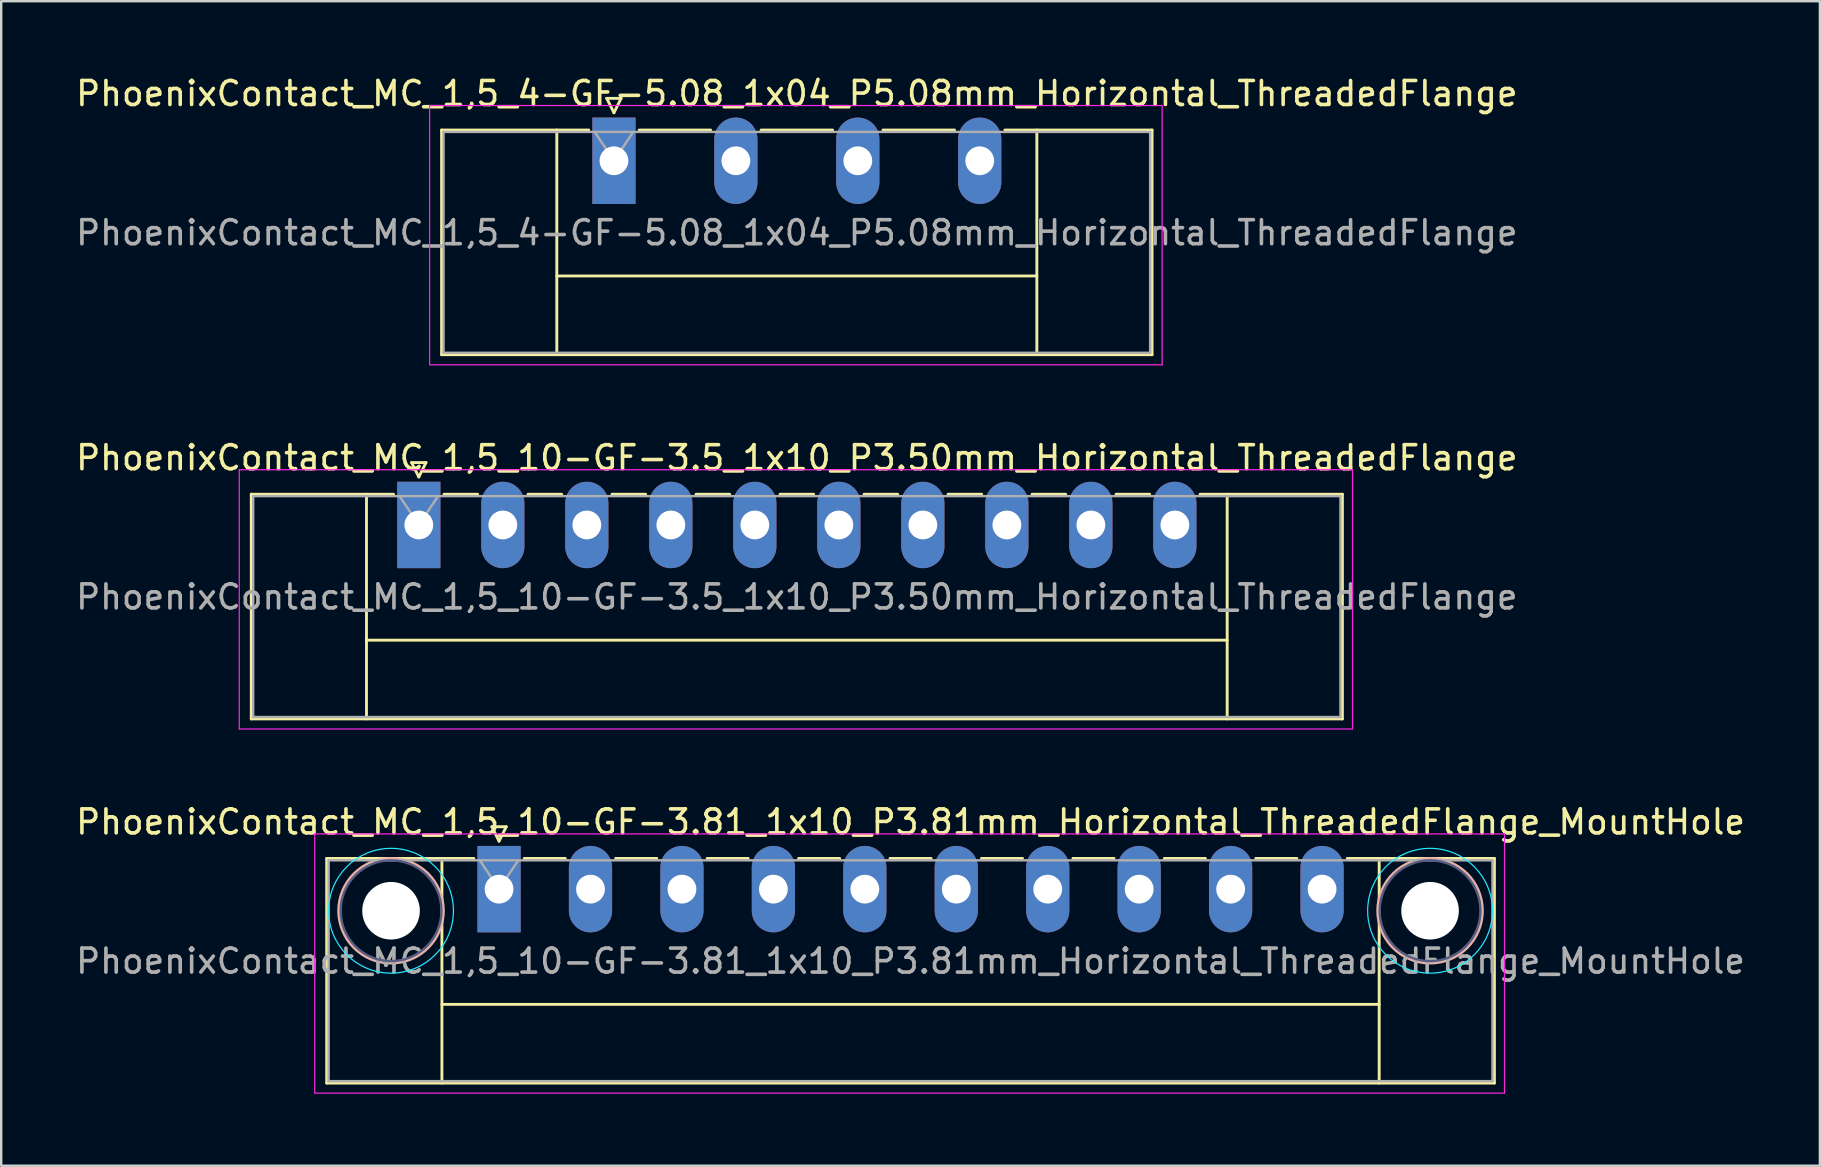
<source format=kicad_pcb>
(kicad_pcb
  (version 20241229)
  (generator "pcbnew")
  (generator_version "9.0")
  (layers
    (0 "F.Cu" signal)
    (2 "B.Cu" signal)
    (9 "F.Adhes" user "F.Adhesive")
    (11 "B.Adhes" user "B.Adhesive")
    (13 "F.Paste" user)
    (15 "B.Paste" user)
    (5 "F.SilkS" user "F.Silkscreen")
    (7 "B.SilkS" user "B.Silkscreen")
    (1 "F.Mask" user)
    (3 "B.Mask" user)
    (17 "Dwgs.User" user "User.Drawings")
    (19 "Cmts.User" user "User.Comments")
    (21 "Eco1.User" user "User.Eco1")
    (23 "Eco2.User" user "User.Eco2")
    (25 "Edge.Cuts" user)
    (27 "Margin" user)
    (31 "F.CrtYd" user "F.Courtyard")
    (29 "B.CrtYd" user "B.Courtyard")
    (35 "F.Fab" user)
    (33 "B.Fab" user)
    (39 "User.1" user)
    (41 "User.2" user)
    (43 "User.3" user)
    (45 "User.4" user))
  (footprint "PhoenixContact_MC_1,5_4-GF-5.08_1x04_P5.08mm_Horizontal_ThreadedFlange"
    (layer "F.Cu")
    (at 22.529 3.648)
    (property "Reference" "PhoenixContact_MC_1,5_4-GF-5.08_1x04_P5.08mm_Horizontal_ThreadedFlange" (at 7.62 -2.8 0) (layer "F.SilkS") (effects (font (size 1 1) (thickness 0.15))))
    (attr through_hole)
    (fp_line (start -7.18 -1.28) (end -7.18 8.08) (stroke (width 0.12) (type solid)) (layer "F.SilkS"))
    (fp_line (start -7.18 -1.28) (end -1.05 -1.28) (stroke (width 0.12) (type solid)) (layer "F.SilkS"))
    (fp_line (start -7.18 8.08) (end 22.42 8.08) (stroke (width 0.12) (type solid)) (layer "F.SilkS"))
    (fp_line (start -2.38 -1.28) (end -2.38 8.08) (stroke (width 0.12) (type solid)) (layer "F.SilkS"))
    (fp_line (start -2.38 4.8) (end 17.62 4.8) (stroke (width 0.12) (type solid)) (layer "F.SilkS"))
    (fp_line (start -0.3 -2.6) (end 0.3 -2.6) (stroke (width 0.12) (type solid)) (layer "F.SilkS"))
    (fp_line (start 0 -2) (end -0.3 -2.6) (stroke (width 0.12) (type solid)) (layer "F.SilkS"))
    (fp_line (start 0.3 -2.6) (end 0 -2) (stroke (width 0.12) (type solid)) (layer "F.SilkS"))
    (fp_line (start 1.05 -1.28) (end 4.03 -1.28) (stroke (width 0.12) (type solid)) (layer "F.SilkS"))
    (fp_line (start 6.13 -1.28) (end 9.11 -1.28) (stroke (width 0.12) (type solid)) (layer "F.SilkS"))
    (fp_line (start 11.21 -1.28) (end 14.19 -1.28) (stroke (width 0.12) (type solid)) (layer "F.SilkS"))
    (fp_line (start 17.62 -1.28) (end 17.62 8.08) (stroke (width 0.12) (type solid)) (layer "F.SilkS"))
    (fp_line (start 22.42 -1.28) (end 16.29 -1.28) (stroke (width 0.12) (type solid)) (layer "F.SilkS"))
    (fp_line (start 22.42 8.08) (end 22.42 -1.28) (stroke (width 0.12) (type solid)) (layer "F.SilkS"))
    (fp_line (start -7.68 -2.3) (end -7.68 8.5) (stroke (width 0.05) (type solid)) (layer "F.CrtYd"))
    (fp_line (start -7.68 8.5) (end 22.84 8.5) (stroke (width 0.05) (type solid)) (layer "F.CrtYd"))
    (fp_line (start 22.84 -2.3) (end -7.68 -2.3) (stroke (width 0.05) (type solid)) (layer "F.CrtYd"))
    (fp_line (start 22.84 8.5) (end 22.84 -2.3) (stroke (width 0.05) (type solid)) (layer "F.CrtYd"))
    (fp_line (start -7.1 -1.2) (end -7.1 8) (stroke (width 0.1) (type solid)) (layer "F.Fab"))
    (fp_line (start -7.1 8) (end 22.34 8) (stroke (width 0.1) (type solid)) (layer "F.Fab"))
    (fp_line (start 0 0) (end -0.8 -1.2) (stroke (width 0.1) (type solid)) (layer "F.Fab"))
    (fp_line (start 0.8 -1.2) (end 0 0) (stroke (width 0.1) (type solid)) (layer "F.Fab"))
    (fp_line (start 22.34 -1.2) (end -7.1 -1.2) (stroke (width 0.1) (type solid)) (layer "F.Fab"))
    (fp_line (start 22.34 8) (end 22.34 -1.2) (stroke (width 0.1) (type solid)) (layer "F.Fab"))
    (fp_text user "${REFERENCE}" (at 7.62 3 0) (layer "F.Fab") (effects (font (size 1 1) (thickness 0.15))))
    (pad "1" thru_hole rect (at 0 0) (size 1.8 3.6) (drill 1.2) (layers "*.Cu" "*.Mask"))
    (pad "2" thru_hole oval (at 5.08 0) (size 1.8 3.6) (drill 1.2) (layers "*.Cu" "*.Mask"))
    (pad "3" thru_hole oval (at 10.16 0) (size 1.8 3.6) (drill 1.2) (layers "*.Cu" "*.Mask"))
    (pad "4" thru_hole oval (at 15.24 0) (size 1.8 3.6) (drill 1.2) (layers "*.Cu" "*.Mask")))
  (footprint "PhoenixContact_MC_1,5_10-GF-3.81_1x10_P3.81mm_Horizontal_ThreadedFlange_MountHole"
    (layer "F.Cu")
    (at 17.742 33.995)
    (property "Reference" "PhoenixContact_MC_1,5_10-GF-3.81_1x10_P3.81mm_Horizontal_ThreadedFlange_MountHole" (at 17.145 -2.8 0) (layer "F.SilkS") (effects (font (size 1 1) (thickness 0.15))))
    (attr through_hole)
    (fp_line (start -7.18 -1.28) (end -7.18 8.08) (stroke (width 0.12) (type solid)) (layer "F.SilkS"))
    (fp_line (start -7.18 -1.28) (end -1.05 -1.28) (stroke (width 0.12) (type solid)) (layer "F.SilkS"))
    (fp_line (start -7.18 8.08) (end 41.47 8.08) (stroke (width 0.12) (type solid)) (layer "F.SilkS"))
    (fp_line (start -2.38 -1.28) (end -2.38 8.08) (stroke (width 0.12) (type solid)) (layer "F.SilkS"))
    (fp_line (start -2.38 4.8) (end 36.67 4.8) (stroke (width 0.12) (type solid)) (layer "F.SilkS"))
    (fp_line (start -0.3 -2.6) (end 0.3 -2.6) (stroke (width 0.12) (type solid)) (layer "F.SilkS"))
    (fp_line (start 0 -2) (end -0.3 -2.6) (stroke (width 0.12) (type solid)) (layer "F.SilkS"))
    (fp_line (start 0.3 -2.6) (end 0 -2) (stroke (width 0.12) (type solid)) (layer "F.SilkS"))
    (fp_line (start 1.05 -1.28) (end 2.76 -1.28) (stroke (width 0.12) (type solid)) (layer "F.SilkS"))
    (fp_line (start 4.86 -1.28) (end 6.57 -1.28) (stroke (width 0.12) (type solid)) (layer "F.SilkS"))
    (fp_line (start 8.67 -1.28) (end 10.38 -1.28) (stroke (width 0.12) (type solid)) (layer "F.SilkS"))
    (fp_line (start 12.48 -1.28) (end 14.19 -1.28) (stroke (width 0.12) (type solid)) (layer "F.SilkS"))
    (fp_line (start 16.29 -1.28) (end 18 -1.28) (stroke (width 0.12) (type solid)) (layer "F.SilkS"))
    (fp_line (start 20.1 -1.28) (end 21.81 -1.28) (stroke (width 0.12) (type solid)) (layer "F.SilkS"))
    (fp_line (start 23.91 -1.28) (end 25.62 -1.28) (stroke (width 0.12) (type solid)) (layer "F.SilkS"))
    (fp_line (start 27.72 -1.28) (end 29.43 -1.28) (stroke (width 0.12) (type solid)) (layer "F.SilkS"))
    (fp_line (start 31.53 -1.28) (end 33.24 -1.28) (stroke (width 0.12) (type solid)) (layer "F.SilkS"))
    (fp_line (start 36.67 -1.28) (end 36.67 8.08) (stroke (width 0.12) (type solid)) (layer "F.SilkS"))
    (fp_line (start 41.47 -1.28) (end 35.34 -1.28) (stroke (width 0.12) (type solid)) (layer "F.SilkS"))
    (fp_line (start 41.47 8.08) (end 41.47 -1.28) (stroke (width 0.12) (type solid)) (layer "F.SilkS"))
    (fp_circle (center -4.5 0.9) (end -2.32 0.9) (stroke (width 0.12) (type solid)) (fill no) (layer "B.SilkS"))
    (fp_circle (center 38.79 0.9) (end 40.97 0.9) (stroke (width 0.12) (type solid)) (fill no) (layer "B.SilkS"))
    (fp_circle (center -4.5 0.9) (end -1.9 0.9) (stroke (width 0.05) (type solid)) (fill no) (layer "B.CrtYd"))
    (fp_circle (center 38.79 0.9) (end 41.39 0.9) (stroke (width 0.05) (type solid)) (fill no) (layer "B.CrtYd"))
    (fp_line (start -7.68 -2.3) (end -7.68 8.5) (stroke (width 0.05) (type solid)) (layer "F.CrtYd"))
    (fp_line (start -7.68 8.5) (end 41.89 8.5) (stroke (width 0.05) (type solid)) (layer "F.CrtYd"))
    (fp_line (start 41.89 -2.3) (end -7.68 -2.3) (stroke (width 0.05) (type solid)) (layer "F.CrtYd"))
    (fp_line (start 41.89 8.5) (end 41.89 -2.3) (stroke (width 0.05) (type solid)) (layer "F.CrtYd"))
    (fp_circle (center -4.5 0.9) (end -2.4 0.9) (stroke (width 0.1) (type solid)) (fill no) (layer "B.Fab"))
    (fp_circle (center 38.79 0.9) (end 40.89 0.9) (stroke (width 0.1) (type solid)) (fill no) (layer "B.Fab"))
    (fp_line (start -7.1 -1.2) (end -7.1 8) (stroke (width 0.1) (type solid)) (layer "F.Fab"))
    (fp_line (start -7.1 8) (end 41.39 8) (stroke (width 0.1) (type solid)) (layer "F.Fab"))
    (fp_line (start 0 0) (end -0.8 -1.2) (stroke (width 0.1) (type solid)) (layer "F.Fab"))
    (fp_line (start 0.8 -1.2) (end 0 0) (stroke (width 0.1) (type solid)) (layer "F.Fab"))
    (fp_line (start 41.39 -1.2) (end -7.1 -1.2) (stroke (width 0.1) (type solid)) (layer "F.Fab"))
    (fp_line (start 41.39 8) (end 41.39 -1.2) (stroke (width 0.1) (type solid)) (layer "F.Fab"))
    (fp_text user "${REFERENCE}" (at 17.145 3 0) (layer "F.Fab") (effects (font (size 1 1) (thickness 0.15))))
    (pad "" np_thru_hole circle (at -4.5 0.9) (size 2.4 2.4) (drill 2.4) (layers "*.Cu" "*.Mask"))
    (pad "" np_thru_hole circle (at 38.79 0.9) (size 2.4 2.4) (drill 2.4) (layers "*.Cu" "*.Mask"))
    (pad "1" thru_hole rect (at 0 0) (size 1.8 3.6) (drill 1.2) (layers "*.Cu" "*.Mask"))
    (pad "2" thru_hole oval (at 3.81 0) (size 1.8 3.6) (drill 1.2) (layers "*.Cu" "*.Mask"))
    (pad "3" thru_hole oval (at 7.62 0) (size 1.8 3.6) (drill 1.2) (layers "*.Cu" "*.Mask"))
    (pad "4" thru_hole oval (at 11.43 0) (size 1.8 3.6) (drill 1.2) (layers "*.Cu" "*.Mask"))
    (pad "5" thru_hole oval (at 15.24 0) (size 1.8 3.6) (drill 1.2) (layers "*.Cu" "*.Mask"))
    (pad "6" thru_hole oval (at 19.05 0) (size 1.8 3.6) (drill 1.2) (layers "*.Cu" "*.Mask"))
    (pad "7" thru_hole oval (at 22.86 0) (size 1.8 3.6) (drill 1.2) (layers "*.Cu" "*.Mask"))
    (pad "8" thru_hole oval (at 26.67 0) (size 1.8 3.6) (drill 1.2) (layers "*.Cu" "*.Mask"))
    (pad "9" thru_hole oval (at 30.48 0) (size 1.8 3.6) (drill 1.2) (layers "*.Cu" "*.Mask"))
    (pad "10" thru_hole oval (at 34.29 0) (size 1.8 3.6) (drill 1.2) (layers "*.Cu" "*.Mask")))
  (footprint "PhoenixContact_MC_1,5_10-GF-3.5_1x10_P3.50mm_Horizontal_ThreadedFlange"
    (layer "F.Cu")
    (at 14.399 18.822)
    (property "Reference" "PhoenixContact_MC_1,5_10-GF-3.5_1x10_P3.50mm_Horizontal_ThreadedFlange" (at 15.75 -2.8 0) (layer "F.SilkS") (effects (font (size 1 1) (thickness 0.15))))
    (attr through_hole)
    (fp_line (start -6.98 -1.28) (end -6.98 8.08) (stroke (width 0.12) (type solid)) (layer "F.SilkS"))
    (fp_line (start -6.98 -1.28) (end -1.05 -1.28) (stroke (width 0.12) (type solid)) (layer "F.SilkS"))
    (fp_line (start -6.98 8.08) (end 38.48 8.08) (stroke (width 0.12) (type solid)) (layer "F.SilkS"))
    (fp_line (start -2.18 -1.28) (end -2.18 8.08) (stroke (width 0.12) (type solid)) (layer "F.SilkS"))
    (fp_line (start -2.18 4.8) (end 33.68 4.8) (stroke (width 0.12) (type solid)) (layer "F.SilkS"))
    (fp_line (start -0.3 -2.6) (end 0.3 -2.6) (stroke (width 0.12) (type solid)) (layer "F.SilkS"))
    (fp_line (start 0 -2) (end -0.3 -2.6) (stroke (width 0.12) (type solid)) (layer "F.SilkS"))
    (fp_line (start 0.3 -2.6) (end 0 -2) (stroke (width 0.12) (type solid)) (layer "F.SilkS"))
    (fp_line (start 1.05 -1.28) (end 2.45 -1.28) (stroke (width 0.12) (type solid)) (layer "F.SilkS"))
    (fp_line (start 4.55 -1.28) (end 5.95 -1.28) (stroke (width 0.12) (type solid)) (layer "F.SilkS"))
    (fp_line (start 8.05 -1.28) (end 9.45 -1.28) (stroke (width 0.12) (type solid)) (layer "F.SilkS"))
    (fp_line (start 11.55 -1.28) (end 12.95 -1.28) (stroke (width 0.12) (type solid)) (layer "F.SilkS"))
    (fp_line (start 15.05 -1.28) (end 16.45 -1.28) (stroke (width 0.12) (type solid)) (layer "F.SilkS"))
    (fp_line (start 18.55 -1.28) (end 19.95 -1.28) (stroke (width 0.12) (type solid)) (layer "F.SilkS"))
    (fp_line (start 22.05 -1.28) (end 23.45 -1.28) (stroke (width 0.12) (type solid)) (layer "F.SilkS"))
    (fp_line (start 25.55 -1.28) (end 26.95 -1.28) (stroke (width 0.12) (type solid)) (layer "F.SilkS"))
    (fp_line (start 29.05 -1.28) (end 30.45 -1.28) (stroke (width 0.12) (type solid)) (layer "F.SilkS"))
    (fp_line (start 33.68 -1.28) (end 33.68 8.08) (stroke (width 0.12) (type solid)) (layer "F.SilkS"))
    (fp_line (start 38.48 -1.28) (end 32.55 -1.28) (stroke (width 0.12) (type solid)) (layer "F.SilkS"))
    (fp_line (start 38.48 8.08) (end 38.48 -1.28) (stroke (width 0.12) (type solid)) (layer "F.SilkS"))
    (fp_line (start -7.48 -2.3) (end -7.48 8.5) (stroke (width 0.05) (type solid)) (layer "F.CrtYd"))
    (fp_line (start -7.48 8.5) (end 38.9 8.5) (stroke (width 0.05) (type solid)) (layer "F.CrtYd"))
    (fp_line (start 38.9 -2.3) (end -7.48 -2.3) (stroke (width 0.05) (type solid)) (layer "F.CrtYd"))
    (fp_line (start 38.9 8.5) (end 38.9 -2.3) (stroke (width 0.05) (type solid)) (layer "F.CrtYd"))
    (fp_line (start -6.9 -1.2) (end -6.9 8) (stroke (width 0.1) (type solid)) (layer "F.Fab"))
    (fp_line (start -6.9 8) (end 38.4 8) (stroke (width 0.1) (type solid)) (layer "F.Fab"))
    (fp_line (start 0 0) (end -0.8 -1.2) (stroke (width 0.1) (type solid)) (layer "F.Fab"))
    (fp_line (start 0.8 -1.2) (end 0 0) (stroke (width 0.1) (type solid)) (layer "F.Fab"))
    (fp_line (start 38.4 -1.2) (end -6.9 -1.2) (stroke (width 0.1) (type solid)) (layer "F.Fab"))
    (fp_line (start 38.4 8) (end 38.4 -1.2) (stroke (width 0.1) (type solid)) (layer "F.Fab"))
    (fp_text user "${REFERENCE}" (at 15.75 3 0) (layer "F.Fab") (effects (font (size 1 1) (thickness 0.15))))
    (pad "1" thru_hole rect (at 0 0) (size 1.8 3.6) (drill 1.2) (layers "*.Cu" "*.Mask"))
    (pad "2" thru_hole oval (at 3.5 0) (size 1.8 3.6) (drill 1.2) (layers "*.Cu" "*.Mask"))
    (pad "3" thru_hole oval (at 7 0) (size 1.8 3.6) (drill 1.2) (layers "*.Cu" "*.Mask"))
    (pad "4" thru_hole oval (at 10.5 0) (size 1.8 3.6) (drill 1.2) (layers "*.Cu" "*.Mask"))
    (pad "5" thru_hole oval (at 14 0) (size 1.8 3.6) (drill 1.2) (layers "*.Cu" "*.Mask"))
    (pad "6" thru_hole oval (at 17.5 0) (size 1.8 3.6) (drill 1.2) (layers "*.Cu" "*.Mask"))
    (pad "7" thru_hole oval (at 21 0) (size 1.8 3.6) (drill 1.2) (layers "*.Cu" "*.Mask"))
    (pad "8" thru_hole oval (at 24.5 0) (size 1.8 3.6) (drill 1.2) (layers "*.Cu" "*.Mask"))
    (pad "9" thru_hole oval (at 28 0) (size 1.8 3.6) (drill 1.2) (layers "*.Cu" "*.Mask"))
    (pad "10" thru_hole oval (at 31.5 0) (size 1.8 3.6) (drill 1.2) (layers "*.Cu" "*.Mask")))
  (gr_rect
    (start -3 -3)
    (end 72.774 45.52)
    (stroke (width 0.1) (type default))
    (fill no)
    (layer "Edge.Cuts")))
</source>
